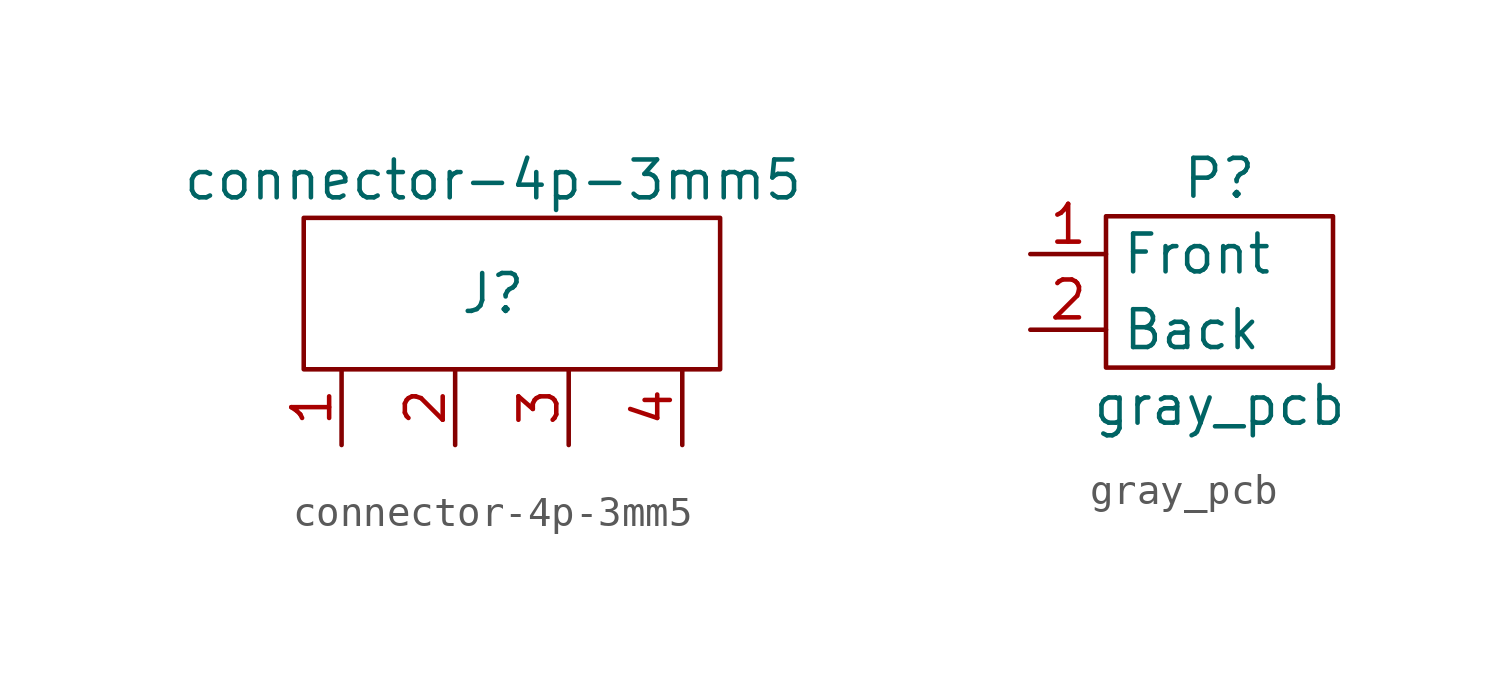
<source format=kicad_sym>
(kicad_symbol_lib
  (version 20211014)
  (generator kicad_symbol_editor)
  (symbol "connector-4p-3mm5"
    (property "Reference" "J"
      (at 0 0 0)
      (effects (font (size 1.27 1.27))))
    (property "Value" "connector-4p-3mm5"
      (at 0 3.81 0)
      (effects (font (size 1.27 1.27))))
    (symbol "connector-4p-3mm5_0_1"
      (rectangle (start -6.35 -2.54) (end 7.62 2.54) (stroke (width 0) (type default) (color 0 0 0 0)) (fill (type none))))
    (symbol "connector-4p-3mm5_1_1"
      (pin passive line (at -5.08 -5.08 90) (length 2.54) (name "" (effects (font (size 1.27 1.27)))) (number "1" (effects (font (size 1.27 1.27)))))
      (pin passive line (at -1.27 -5.08 90) (length 2.54) (name "" (effects (font (size 1.27 1.27)))) (number "2" (effects (font (size 1.27 1.27)))))
      (pin passive line (at 2.54 -5.08 90) (length 2.54) (name "" (effects (font (size 1.27 1.27)))) (number "3" (effects (font (size 1.27 1.27)))))
      (pin passive line (at 6.35 -5.08 90) (length 2.54) (name "" (effects (font (size 1.27 1.27)))) (number "4" (effects (font (size 1.27 1.27)))))))
  (symbol "gray_pcb"
    (property "Reference" "P"
      (at 0 -1.27 0)
      (effects (font (size 1.27 1.27))))
    (property "Value" "gray_pcb"
      (at 0 -8.89 0)
      (effects (font (size 1.27 1.27))))
    (symbol "gray_pcb_0_1"
      (rectangle (start -3.81 -2.54) (end 3.81 -7.62) (stroke (width 0) (type default) (color 0 0 0 0)) (fill (type none))))
    (symbol "gray_pcb_1_1"
      (pin passive line (at -6.35 -3.81 0) (length 2.54) (name "Front" (effects (font (size 1.27 1.27)))) (number "1" (effects (font (size 1.27 1.27)))))
      (pin passive line (at -6.35 -6.35 0) (length 2.54) (name "Back" (effects (font (size 1.27 1.27)))) (number "2" (effects (font (size 1.27 1.27))))))))
</source>
